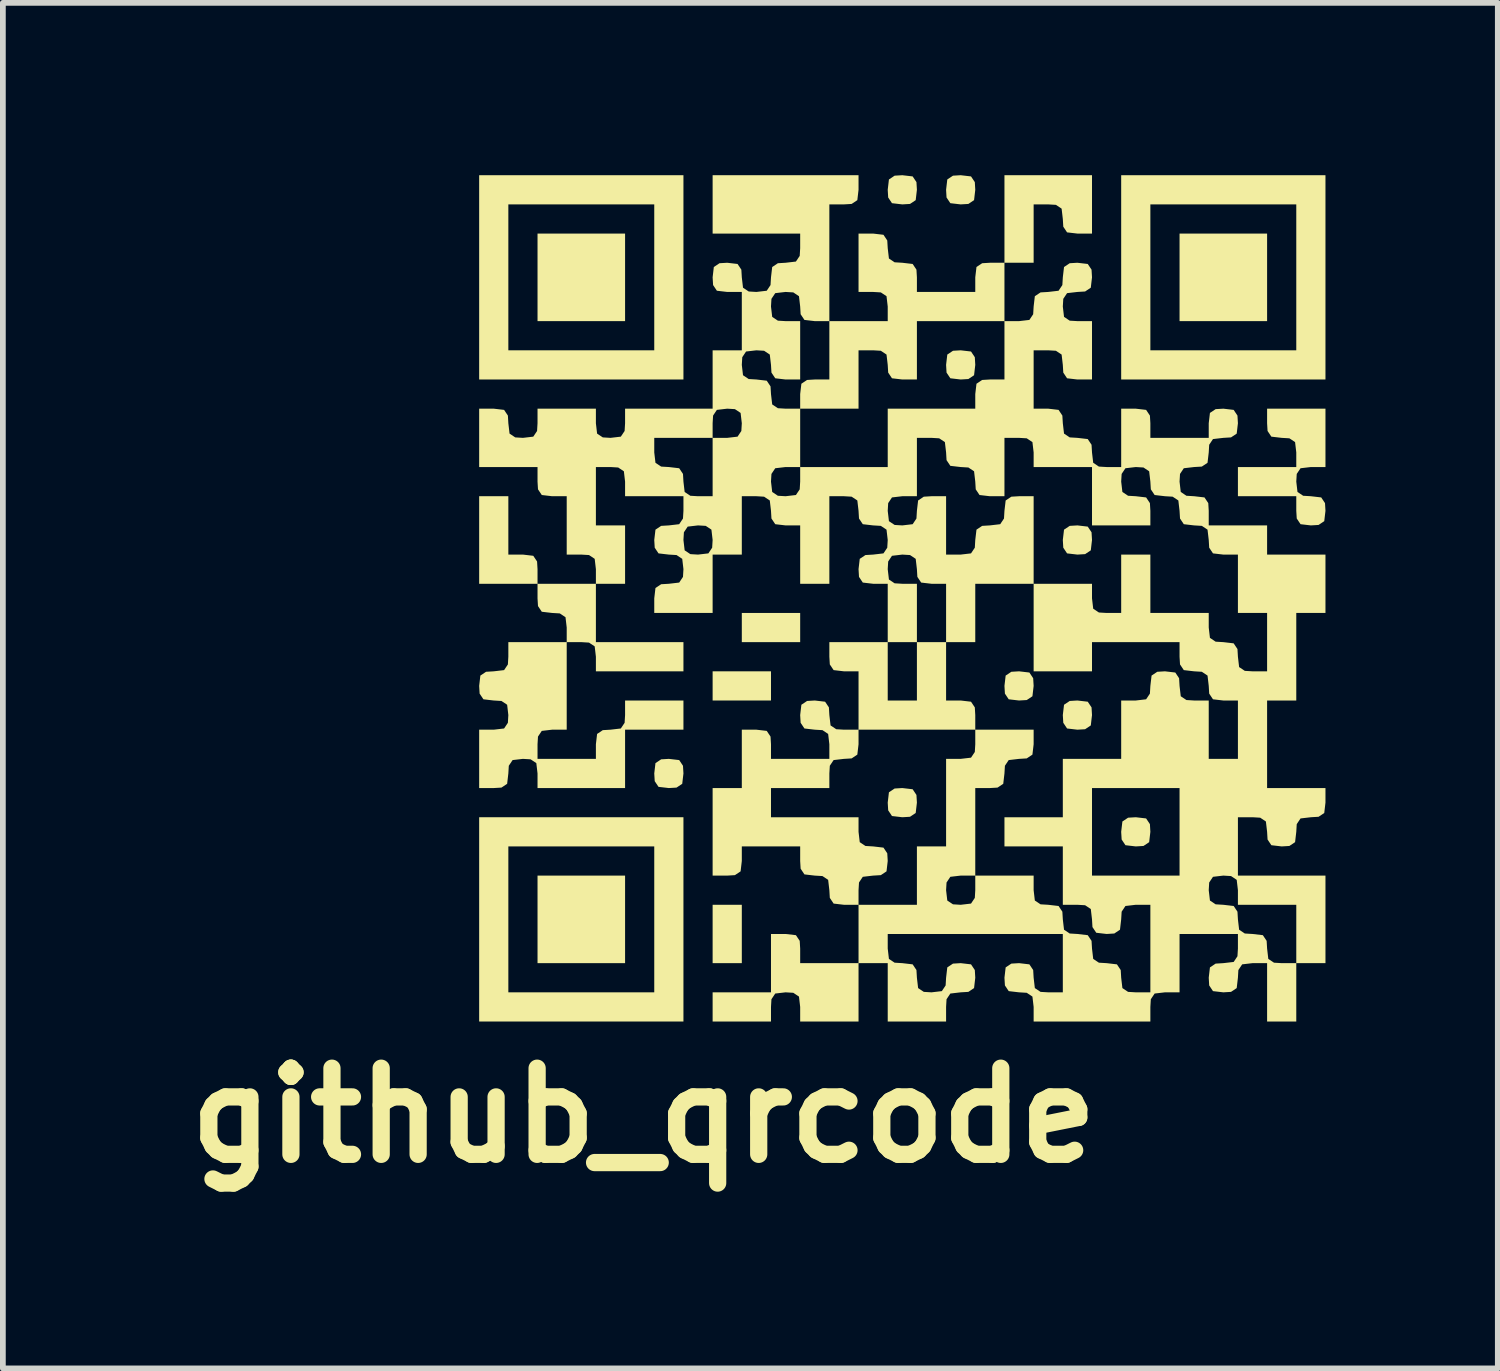
<source format=kicad_pcb>
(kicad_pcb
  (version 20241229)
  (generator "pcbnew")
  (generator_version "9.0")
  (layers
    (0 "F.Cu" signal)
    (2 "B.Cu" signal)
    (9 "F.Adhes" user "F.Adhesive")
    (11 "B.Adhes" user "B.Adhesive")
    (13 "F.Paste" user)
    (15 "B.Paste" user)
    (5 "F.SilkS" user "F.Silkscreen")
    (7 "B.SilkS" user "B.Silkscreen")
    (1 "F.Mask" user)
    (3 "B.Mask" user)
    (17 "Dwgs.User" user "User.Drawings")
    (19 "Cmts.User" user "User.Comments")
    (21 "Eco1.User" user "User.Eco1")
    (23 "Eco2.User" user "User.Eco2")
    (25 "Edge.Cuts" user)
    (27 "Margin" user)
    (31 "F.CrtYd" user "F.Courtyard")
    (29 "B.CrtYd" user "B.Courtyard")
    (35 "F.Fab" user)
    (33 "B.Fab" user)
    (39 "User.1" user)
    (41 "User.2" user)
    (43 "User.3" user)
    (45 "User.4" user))
  (footprint "github_qrcode"
    (layer "F.Cu")
    (at 12.657 7.366)
    (property "Reference" "github_qrcode" (at -4.5 9 0) (layer "F.SilkS") (effects (font (size 1.5 1.5) (thickness 0.3))))
    (attr board_only exclude_from_pos_files exclude_from_bom)
    (fp_poly (pts (xy -4.826 -5.588) (xy -4.826 -4.826) (xy -5.588 -4.826) (xy -6.35 -4.826) (xy -6.35 -5.588) (xy -6.35 -6.35) (xy -5.588 -6.35) (xy -4.826 -6.35)) (stroke (width 0) (type solid)) (fill yes) (layer "F.SilkS"))
    (fp_poly (pts (xy -4.826 5.588) (xy -4.826 6.35) (xy -5.588 6.35) (xy -6.35 6.35) (xy -6.35 5.588) (xy -6.35 4.826) (xy -5.588 4.826) (xy -4.826 4.826)) (stroke (width 0) (type solid)) (fill yes) (layer "F.SilkS"))
    (fp_poly (pts (xy -2.794 5.842) (xy -2.794 6.35) (xy -3.048 6.35) (xy -3.302 6.35) (xy -3.302 5.842) (xy -3.302 5.334) (xy -3.048 5.334) (xy -2.794 5.334)) (stroke (width 0) (type solid)) (fill yes) (layer "F.SilkS"))
    (fp_poly (pts (xy -2.286 1.524) (xy -2.286 1.778) (xy -2.794 1.778) (xy -3.302 1.778) (xy -3.302 1.524) (xy -3.302 1.27) (xy -2.794 1.27) (xy -2.286 1.27)) (stroke (width 0) (type solid)) (fill yes) (layer "F.SilkS"))
    (fp_poly (pts (xy -1.778 0.508) (xy -1.778 0.762) (xy -2.286 0.762) (xy -2.794 0.762) (xy -2.794 0.508) (xy -2.794 0.254) (xy -2.286 0.254) (xy -1.778 0.254)) (stroke (width 0) (type solid)) (fill yes) (layer "F.SilkS"))
    (fp_poly (pts (xy 6.35 -5.588) (xy 6.35 -4.826) (xy 5.588 -4.826) (xy 4.826 -4.826) (xy 4.826 -5.588) (xy 4.826 -6.35) (xy 5.588 -6.35) (xy 6.35 -6.35)) (stroke (width 0) (type solid)) (fill yes) (layer "F.SilkS"))
    (fp_poly (pts (xy -3.884 2.815) (xy -3.818 2.914) (xy -3.81 3.048) (xy -3.831 3.228) (xy -3.93 3.294) (xy -4.064 3.302) (xy -4.244 3.281) (xy -4.31 3.182) (xy -4.318 3.048) (xy -4.297 2.868) (xy -4.198 2.802) (xy -4.064 2.794)) (stroke (width 0) (type solid)) (fill yes) (layer "F.SilkS"))
    (fp_poly (pts (xy 0.18 -7.345) (xy 0.246 -7.246) (xy 0.254 -7.112) (xy 0.233 -6.932) (xy 0.134 -6.866) (xy 0 -6.858) (xy -0.18 -6.879) (xy -0.246 -6.978) (xy -0.254 -7.112) (xy -0.233 -7.292) (xy -0.134 -7.358) (xy 0 -7.366)) (stroke (width 0) (type solid)) (fill yes) (layer "F.SilkS"))
    (fp_poly (pts (xy 0.18 3.323) (xy 0.246 3.422) (xy 0.254 3.556) (xy 0.233 3.736) (xy 0.134 3.802) (xy 0 3.81) (xy -0.18 3.789) (xy -0.246 3.69) (xy -0.254 3.556) (xy -0.233 3.376) (xy -0.134 3.31) (xy 0 3.302)) (stroke (width 0) (type solid)) (fill yes) (layer "F.SilkS"))
    (fp_poly (pts (xy 1.196 -7.345) (xy 1.262 -7.246) (xy 1.27 -7.112) (xy 1.249 -6.932) (xy 1.15 -6.866) (xy 1.016 -6.858) (xy 0.836 -6.879) (xy 0.77 -6.978) (xy 0.762 -7.112) (xy 0.783 -7.292) (xy 0.882 -7.358) (xy 1.016 -7.366)) (stroke (width 0) (type solid)) (fill yes) (layer "F.SilkS"))
    (fp_poly (pts (xy 1.196 -4.297) (xy 1.262 -4.198) (xy 1.27 -4.064) (xy 1.249 -3.884) (xy 1.15 -3.818) (xy 1.016 -3.81) (xy 0.836 -3.831) (xy 0.77 -3.93) (xy 0.762 -4.064) (xy 0.783 -4.244) (xy 0.882 -4.31) (xy 1.016 -4.318)) (stroke (width 0) (type solid)) (fill yes) (layer "F.SilkS"))
    (fp_poly (pts (xy 2.212 1.291) (xy 2.278 1.39) (xy 2.286 1.524) (xy 2.265 1.704) (xy 2.166 1.77) (xy 2.032 1.778) (xy 1.852 1.757) (xy 1.786 1.658) (xy 1.778 1.524) (xy 1.799 1.344) (xy 1.898 1.278) (xy 2.032 1.27)) (stroke (width 0) (type solid)) (fill yes) (layer "F.SilkS"))
    (fp_poly (pts (xy 3.228 -1.249) (xy 3.294 -1.15) (xy 3.302 -1.016) (xy 3.281 -0.836) (xy 3.182 -0.77) (xy 3.048 -0.762) (xy 2.868 -0.783) (xy 2.802 -0.882) (xy 2.794 -1.016) (xy 2.815 -1.196) (xy 2.914 -1.262) (xy 3.048 -1.27)) (stroke (width 0) (type solid)) (fill yes) (layer "F.SilkS"))
    (fp_poly (pts (xy 3.228 1.799) (xy 3.294 1.898) (xy 3.302 2.032) (xy 3.281 2.212) (xy 3.182 2.278) (xy 3.048 2.286) (xy 2.868 2.265) (xy 2.802 2.166) (xy 2.794 2.032) (xy 2.815 1.852) (xy 2.914 1.786) (xy 3.048 1.778)) (stroke (width 0) (type solid)) (fill yes) (layer "F.SilkS"))
    (fp_poly (pts (xy 4.244 3.831) (xy 4.31 3.93) (xy 4.318 4.064) (xy 4.297 4.244) (xy 4.198 4.31) (xy 4.064 4.318) (xy 3.884 4.297) (xy 3.818 4.198) (xy 3.81 4.064) (xy 3.831 3.884) (xy 3.93 3.818) (xy 4.064 3.81)) (stroke (width 0) (type solid)) (fill yes) (layer "F.SilkS"))
    (fp_poly (pts (xy -3.81 -5.588) (xy -3.81 -3.81) (xy -5.588 -3.81) (xy -7.366 -3.81) (xy -7.366 -5.588) (xy -6.858 -5.588) (xy -6.858 -4.318) (xy -5.588 -4.318) (xy -4.318 -4.318) (xy -4.318 -5.588) (xy -4.318 -6.858) (xy -5.588 -6.858) (xy -6.858 -6.858) (xy -6.858 -5.588) (xy -7.366 -5.588) (xy -7.366 -7.366) (xy -5.588 -7.366) (xy -3.81 -7.366)) (stroke (width 0) (type solid)) (fill yes) (layer "F.SilkS"))
    (fp_poly (pts (xy -3.81 5.588) (xy -3.81 7.366) (xy -5.588 7.366) (xy -7.366 7.366) (xy -7.366 5.588) (xy -6.858 5.588) (xy -6.858 6.858) (xy -5.588 6.858) (xy -4.318 6.858) (xy -4.318 5.588) (xy -4.318 4.318) (xy -5.588 4.318) (xy -6.858 4.318) (xy -6.858 5.588) (xy -7.366 5.588) (xy -7.366 3.81) (xy -5.588 3.81) (xy -3.81 3.81)) (stroke (width 0) (type solid)) (fill yes) (layer "F.SilkS"))
    (fp_poly (pts (xy 7.366 -5.588) (xy 7.366 -3.81) (xy 5.588 -3.81) (xy 3.81 -3.81) (xy 3.81 -5.588) (xy 4.318 -5.588) (xy 4.318 -4.318) (xy 5.588 -4.318) (xy 6.858 -4.318) (xy 6.858 -5.588) (xy 6.858 -6.858) (xy 5.588 -6.858) (xy 4.318 -6.858) (xy 4.318 -5.588) (xy 3.81 -5.588) (xy 3.81 -7.366) (xy 5.588 -7.366) (xy 7.366 -7.366)) (stroke (width 0) (type solid)) (fill yes) (layer "F.SilkS"))
    (fp_poly (pts (xy 7.366 -2.794) (xy 7.366 -2.286) (xy 7.112 -2.286) (xy 6.932 -2.265) (xy 6.866 -2.166) (xy 6.858 -2.032) (xy 6.879 -1.852) (xy 6.978 -1.786) (xy 7.112 -1.778) (xy 7.292 -1.757) (xy 7.358 -1.658) (xy 7.366 -1.524) (xy 7.345 -1.344) (xy 7.246 -1.278) (xy 7.112 -1.27) (xy 6.932 -1.291) (xy 6.866 -1.39) (xy 6.858 -1.524) (xy 6.858 -1.778) (xy 6.35 -1.778) (xy 5.842 -1.778) (xy 5.842 -2.032) (xy 5.842 -2.286) (xy 6.35 -2.286) (xy 6.858 -2.286) (xy 6.858 -2.54) (xy 6.837 -2.72) (xy 6.738 -2.786) (xy 6.604 -2.794) (xy 6.424 -2.815) (xy 6.358 -2.914) (xy 6.35 -3.048) (xy 6.35 -3.302) (xy 6.858 -3.302) (xy 7.366 -3.302)) (stroke (width 0) (type solid)) (fill yes) (layer "F.SilkS"))
    (fp_poly (pts (xy -0.762 -7.112) (xy -0.783 -6.932) (xy -0.882 -6.866) (xy -1.016 -6.858) (xy -1.27 -6.858) (xy -1.27 -5.842) (xy -1.27 -4.826) (xy -0.762 -4.826) (xy -0.254 -4.826) (xy -0.254 -5.08) (xy -0.275 -5.26) (xy -0.374 -5.326) (xy -0.508 -5.334) (xy -0.762 -5.334) (xy -0.762 -5.842) (xy -0.762 -6.35) (xy -0.508 -6.35) (xy -0.328 -6.329) (xy -0.262 -6.23) (xy -0.254 -6.096) (xy -0.233 -5.916) (xy -0.134 -5.85) (xy 0 -5.842) (xy 0.18 -5.821) (xy 0.246 -5.722) (xy 0.254 -5.588) (xy 0.254 -5.334) (xy 0.762 -5.334) (xy 1.27 -5.334) (xy 1.27 -5.588) (xy 1.291 -5.768) (xy 1.39 -5.834) (xy 1.524 -5.842) (xy 1.778 -5.842) (xy 1.778 -6.604) (xy 1.778 -7.366) (xy 2.54 -7.366) (xy 3.302 -7.366) (xy 3.302 -6.858) (xy 3.302 -6.35) (xy 3.048 -6.35) (xy 2.868 -6.371) (xy 2.802 -6.47) (xy 2.794 -6.604) (xy 2.773 -6.784) (xy 2.674 -6.85) (xy 2.54 -6.858) (xy 2.286 -6.858) (xy 2.286 -6.35) (xy 2.286 -5.842) (xy 2.032 -5.842) (xy 1.778 -5.842) (xy 1.778 -5.334) (xy 1.778 -4.826) (xy 2.032 -4.826) (xy 2.212 -4.847) (xy 2.278 -4.946) (xy 2.286 -5.08) (xy 2.307 -5.26) (xy 2.406 -5.326) (xy 2.54 -5.334) (xy 2.72 -5.355) (xy 2.786 -5.454) (xy 2.794 -5.588) (xy 2.815 -5.768) (xy 2.914 -5.834) (xy 3.048 -5.842) (xy 3.228 -5.821) (xy 3.294 -5.722) (xy 3.302 -5.588) (xy 3.281 -5.408) (xy 3.182 -5.342) (xy 3.048 -5.334) (xy 2.868 -5.313) (xy 2.802 -5.214) (xy 2.794 -5.08) (xy 2.815 -4.9) (xy 2.914 -4.834) (xy 3.048 -4.826) (xy 3.302 -4.826) (xy 3.302 -4.318) (xy 3.302 -3.81) (xy 3.048 -3.81) (xy 2.868 -3.831) (xy 2.802 -3.93) (xy 2.794 -4.064) (xy 2.773 -4.244) (xy 2.674 -4.31) (xy 2.54 -4.318) (xy 2.286 -4.318) (xy 2.286 -3.81) (xy 2.286 -3.302) (xy 2.54 -3.302) (xy 2.72 -3.281) (xy 2.786 -3.182) (xy 2.794 -3.048) (xy 2.815 -2.868) (xy 2.914 -2.802) (xy 3.048 -2.794) (xy 3.228 -2.773) (xy 3.294 -2.674) (xy 3.302 -2.54) (xy 3.323 -2.36) (xy 3.422 -2.294) (xy 3.556 -2.286) (xy 3.81 -2.286) (xy 3.81 -2.794) (xy 3.81 -3.302) (xy 4.064 -3.302) (xy 4.244 -3.281) (xy 4.31 -3.182) (xy 4.318 -3.048) (xy 4.318 -2.794) (xy 4.826 -2.794) (xy 5.334 -2.794) (xy 5.334 -3.048) (xy 5.355 -3.228) (xy 5.454 -3.294) (xy 5.588 -3.302) (xy 5.768 -3.281) (xy 5.834 -3.182) (xy 5.842 -3.048) (xy 5.821 -2.868) (xy 5.722 -2.802) (xy 5.588 -2.794) (xy 5.408 -2.773) (xy 5.342 -2.674) (xy 5.334 -2.54) (xy 5.313 -2.36) (xy 5.214 -2.294) (xy 5.08 -2.286) (xy 4.9 -2.265) (xy 4.834 -2.166) (xy 4.826 -2.032) (xy 4.847 -1.852) (xy 4.946 -1.786) (xy 5.08 -1.778) (xy 5.26 -1.757) (xy 5.326 -1.658) (xy 5.334 -1.524) (xy 5.334 -1.27) (xy 5.842 -1.27) (xy 6.35 -1.27) (xy 6.35 -1.016) (xy 6.35 -0.762) (xy 6.858 -0.762) (xy 7.366 -0.762) (xy 7.366 -0.254) (xy 7.366 0.254) (xy 7.112 0.254) (xy 6.858 0.254) (xy 6.858 1.016) (xy 6.858 1.778) (xy 6.604 1.778) (xy 6.35 1.778) (xy 6.35 2.54) (xy 6.35 3.302) (xy 6.858 3.302) (xy 7.366 3.302) (xy 7.366 3.556) (xy 7.345 3.736) (xy 7.246 3.802) (xy 7.112 3.81) (xy 6.932 3.831) (xy 6.866 3.93) (xy 6.858 4.064) (xy 6.837 4.244) (xy 6.738 4.31) (xy 6.604 4.318) (xy 6.424 4.297) (xy 6.358 4.198) (xy 6.35 4.064) (xy 6.329 3.884) (xy 6.23 3.818) (xy 6.096 3.81) (xy 5.842 3.81) (xy 5.842 4.318) (xy 5.842 4.826) (xy 6.604 4.826) (xy 7.366 4.826) (xy 7.366 5.588) (xy 7.366 6.35) (xy 7.112 6.35) (xy 6.858 6.35) (xy 6.858 6.858) (xy 6.858 7.366) (xy 6.604 7.366) (xy 6.35 7.366) (xy 6.35 6.858) (xy 6.35 6.35) (xy 6.096 6.35) (xy 5.916 6.371) (xy 5.85 6.47) (xy 5.842 6.604) (xy 5.821 6.784) (xy 5.722 6.85) (xy 5.588 6.858) (xy 5.408 6.837) (xy 5.342 6.738) (xy 5.334 6.604) (xy 5.355 6.424) (xy 5.454 6.358) (xy 5.588 6.35) (xy 5.768 6.329) (xy 5.834 6.23) (xy 5.842 6.096) (xy 5.842 5.842) (xy 5.334 5.842) (xy 4.826 5.842) (xy 4.826 6.35) (xy 4.826 6.858) (xy 4.572 6.858) (xy 4.392 6.879) (xy 4.326 6.978) (xy 4.318 7.112) (xy 4.318 7.366) (xy 3.302 7.366) (xy 2.286 7.366) (xy 2.286 7.112) (xy 2.265 6.932) (xy 2.166 6.866) (xy 2.032 6.858) (xy 1.852 6.837) (xy 1.786 6.738) (xy 1.778 6.604) (xy 1.799 6.424) (xy 1.898 6.358) (xy 2.032 6.35) (xy 2.212 6.371) (xy 2.278 6.47) (xy 2.286 6.604) (xy 2.307 6.784) (xy 2.406 6.85) (xy 2.54 6.858) (xy 2.794 6.858) (xy 2.794 6.35) (xy 2.794 5.842) (xy 1.27 5.842) (xy -0.254 5.842) (xy -0.254 6.096) (xy -0.233 6.276) (xy -0.134 6.342) (xy 0 6.35) (xy 0.18 6.371) (xy 0.246 6.47) (xy 0.254 6.604) (xy 0.275 6.784) (xy 0.374 6.85) (xy 0.508 6.858) (xy 0.688 6.837) (xy 0.754 6.738) (xy 0.762 6.604) (xy 0.783 6.424) (xy 0.882 6.358) (xy 1.016 6.35) (xy 1.196 6.371) (xy 1.262 6.47) (xy 1.27 6.604) (xy 1.249 6.784) (xy 1.15 6.85) (xy 1.016 6.858) (xy 0.836 6.879) (xy 0.77 6.978) (xy 0.762 7.112) (xy 0.762 7.366) (xy 0.254 7.366) (xy -0.254 7.366) (xy -0.254 6.858) (xy -0.254 6.35) (xy -0.508 6.35) (xy -0.762 6.35) (xy -0.762 6.858) (xy -0.762 7.366) (xy -1.27 7.366) (xy -1.778 7.366) (xy -1.778 7.112) (xy -1.799 6.932) (xy -1.898 6.866) (xy -2.032 6.858) (xy -2.212 6.879) (xy -2.278 6.978) (xy -2.286 7.112) (xy -2.286 7.366) (xy -2.794 7.366) (xy -3.302 7.366) (xy -3.302 7.112) (xy -3.302 6.858) (xy -2.794 6.858) (xy -2.286 6.858) (xy -2.286 6.35) (xy -2.286 5.842) (xy -2.032 5.842) (xy -1.852 5.863) (xy -1.786 5.962) (xy -1.778 6.096) (xy -1.778 6.35) (xy -1.27 6.35) (xy -0.762 6.35) (xy -0.762 5.842) (xy -0.762 5.334) (xy -1.016 5.334) (xy -1.196 5.313) (xy -1.262 5.214) (xy -1.27 5.08) (xy -1.291 4.9) (xy -1.39 4.834) (xy -1.524 4.826) (xy -1.704 4.805) (xy -1.77 4.706) (xy -1.778 4.572) (xy -1.778 4.318) (xy -2.286 4.318) (xy -2.794 4.318) (xy -2.794 4.572) (xy -2.815 4.752) (xy -2.914 4.818) (xy -3.048 4.826) (xy -3.302 4.826) (xy -3.302 4.064) (xy -3.302 3.302) (xy -3.048 3.302) (xy -2.794 3.302) (xy -2.286 3.302) (xy -2.286 3.556) (xy -2.286 3.81) (xy -1.524 3.81) (xy -0.762 3.81) (xy -0.762 4.064) (xy -0.741 4.244) (xy -0.642 4.31) (xy -0.508 4.318) (xy -0.328 4.339) (xy -0.262 4.438) (xy -0.254 4.572) (xy -0.275 4.752) (xy -0.374 4.818) (xy -0.508 4.826) (xy -0.688 4.847) (xy -0.754 4.946) (xy -0.762 5.08) (xy -0.762 5.334) (xy -0.254 5.334) (xy 0.254 5.334) (xy 0.254 4.826) (xy 0.254 4.318) (xy 0.508 4.318) (xy 0.762 4.318) (xy 0.762 3.556) (xy 0.762 2.794) (xy 1.016 2.794) (xy 1.196 2.773) (xy 1.262 2.674) (xy 1.27 2.54) (xy 1.27 2.286) (xy 1.778 2.286) (xy 2.286 2.286) (xy 2.286 2.54) (xy 2.265 2.72) (xy 2.166 2.786) (xy 2.032 2.794) (xy 1.852 2.815) (xy 1.786 2.914) (xy 1.778 3.048) (xy 1.757 3.228) (xy 1.658 3.294) (xy 1.524 3.302) (xy 1.27 3.302) (xy 1.27 4.064) (xy 1.27 4.826) (xy 1.016 4.826) (xy 0.836 4.847) (xy 0.77 4.946) (xy 0.762 5.08) (xy 0.783 5.26) (xy 0.882 5.326) (xy 1.016 5.334) (xy 1.196 5.313) (xy 1.262 5.214) (xy 1.27 5.08) (xy 1.27 4.826) (xy 1.778 4.826) (xy 2.286 4.826) (xy 2.286 5.08) (xy 2.307 5.26) (xy 2.406 5.326) (xy 2.54 5.334) (xy 2.72 5.355) (xy 2.786 5.454) (xy 2.794 5.588) (xy 2.815 5.768) (xy 2.914 5.834) (xy 3.048 5.842) (xy 3.228 5.863) (xy 3.294 5.962) (xy 3.302 6.096) (xy 3.323 6.276) (xy 3.422 6.342) (xy 3.556 6.35) (xy 3.736 6.371) (xy 3.802 6.47) (xy 3.81 6.604) (xy 3.831 6.784) (xy 3.93 6.85) (xy 4.064 6.858) (xy 4.318 6.858) (xy 4.318 6.096) (xy 4.318 5.334) (xy 4.064 5.334) (xy 3.884 5.355) (xy 3.818 5.454) (xy 3.81 5.588) (xy 3.789 5.768) (xy 3.69 5.834) (xy 3.556 5.842) (xy 3.376 5.821) (xy 3.31 5.722) (xy 3.302 5.588) (xy 3.281 5.408) (xy 3.182 5.342) (xy 3.048 5.334) (xy 2.794 5.334) (xy 2.794 5.08) (xy 5.334 5.08) (xy 5.355 5.26) (xy 5.454 5.326) (xy 5.588 5.334) (xy 5.768 5.355) (xy 5.834 5.454) (xy 5.842 5.588) (xy 5.863 5.768) (xy 5.962 5.834) (xy 6.096 5.842) (xy 6.276 5.863) (xy 6.342 5.962) (xy 6.35 6.096) (xy 6.371 6.276) (xy 6.47 6.342) (xy 6.604 6.35) (xy 6.858 6.35) (xy 6.858 5.842) (xy 6.858 5.334) (xy 6.35 5.334) (xy 5.842 5.334) (xy 5.842 5.08) (xy 5.821 4.9) (xy 5.722 4.834) (xy 5.588 4.826) (xy 5.408 4.847) (xy 5.342 4.946) (xy 5.334 5.08) (xy 2.794 5.08) (xy 2.794 4.826) (xy 2.794 4.318) (xy 2.286 4.318) (xy 1.778 4.318) (xy 1.778 4.064) (xy 3.302 4.064) (xy 3.302 4.826) (xy 4.064 4.826) (xy 4.826 4.826) (xy 4.826 4.064) (xy 4.826 3.302) (xy 4.064 3.302) (xy 3.302 3.302) (xy 3.302 4.064) (xy 1.778 4.064) (xy 1.778 3.81) (xy 2.286 3.81) (xy 2.794 3.81) (xy 2.794 3.302) (xy 2.794 2.794) (xy 3.302 2.794) (xy 3.81 2.794) (xy 3.81 2.286) (xy 3.81 1.778) (xy 4.064 1.778) (xy 4.244 1.757) (xy 4.31 1.658) (xy 4.318 1.524) (xy 4.339 1.344) (xy 4.438 1.278) (xy 4.572 1.27) (xy 4.752 1.291) (xy 4.818 1.39) (xy 4.826 1.524) (xy 4.847 1.704) (xy 4.946 1.77) (xy 5.08 1.778) (xy 5.334 1.778) (xy 5.334 2.286) (xy 5.334 2.794) (xy 5.588 2.794) (xy 5.842 2.794) (xy 5.842 2.286) (xy 5.842 1.778) (xy 5.588 1.778) (xy 5.408 1.757) (xy 5.342 1.658) (xy 5.334 1.524) (xy 5.313 1.344) (xy 5.214 1.278) (xy 5.08 1.27) (xy 4.9 1.249) (xy 4.834 1.15) (xy 4.826 1.016) (xy 4.826 0.762) (xy 4.064 0.762) (xy 3.302 0.762) (xy 3.302 1.016) (xy 3.302 1.27) (xy 2.794 1.27) (xy 2.286 1.27) (xy 2.286 0.508) (xy 2.286 -0.254) (xy 2.794 -0.254) (xy 3.302 -0.254) (xy 3.302 0) (xy 3.323 0.18) (xy 3.422 0.246) (xy 3.556 0.254) (xy 3.81 0.254) (xy 3.81 -0.254) (xy 3.81 -0.762) (xy 4.064 -0.762) (xy 4.318 -0.762) (xy 4.318 -0.254) (xy 4.318 0.254) (xy 4.826 0.254) (xy 5.334 0.254) (xy 5.334 0.508) (xy 5.355 0.688) (xy 5.454 0.754) (xy 5.588 0.762) (xy 5.768 0.783) (xy 5.834 0.882) (xy 5.842 1.016) (xy 5.863 1.196) (xy 5.962 1.262) (xy 6.096 1.27) (xy 6.35 1.27) (xy 6.35 0.762) (xy 6.35 0.254) (xy 6.096 0.254) (xy 5.842 0.254) (xy 5.842 -0.254) (xy 5.842 -0.762) (xy 5.588 -0.762) (xy 5.408 -0.783) (xy 5.342 -0.882) (xy 5.334 -1.016) (xy 5.313 -1.196) (xy 5.214 -1.262) (xy 5.08 -1.27) (xy 4.9 -1.291) (xy 4.834 -1.39) (xy 4.826 -1.524) (xy 4.805 -1.704) (xy 4.706 -1.77) (xy 4.572 -1.778) (xy 4.392 -1.799) (xy 4.326 -1.898) (xy 4.318 -2.032) (xy 4.297 -2.212) (xy 4.198 -2.278) (xy 4.064 -2.286) (xy 3.884 -2.265) (xy 3.818 -2.166) (xy 3.81 -2.032) (xy 3.831 -1.852) (xy 3.93 -1.786) (xy 4.064 -1.778) (xy 4.244 -1.757) (xy 4.31 -1.658) (xy 4.318 -1.524) (xy 4.318 -1.27) (xy 3.81 -1.27) (xy 3.302 -1.27) (xy 3.302 -1.778) (xy 3.302 -2.286) (xy 2.794 -2.286) (xy 2.286 -2.286) (xy 2.286 -2.54) (xy 2.265 -2.72) (xy 2.166 -2.786) (xy 2.032 -2.794) (xy 1.778 -2.794) (xy 1.778 -2.286) (xy 1.778 -1.778) (xy 1.524 -1.778) (xy 1.344 -1.799) (xy 1.278 -1.898) (xy 1.27 -2.032) (xy 1.249 -2.212) (xy 1.15 -2.278) (xy 1.016 -2.286) (xy 0.836 -2.307) (xy 0.77 -2.406) (xy 0.762 -2.54) (xy 0.741 -2.72) (xy 0.642 -2.786) (xy 0.508 -2.794) (xy 0.254 -2.794) (xy 0.254 -2.286) (xy 0.254 -1.778) (xy 0 -1.778) (xy -0.18 -1.757) (xy -0.246 -1.658) (xy -0.254 -1.524) (xy -0.233 -1.344) (xy -0.134 -1.278) (xy 0 -1.27) (xy 0.18 -1.291) (xy 0.246 -1.39) (xy 0.254 -1.524) (xy 0.275 -1.704) (xy 0.374 -1.77) (xy 0.508 -1.778) (xy 0.762 -1.778) (xy 0.762 -1.27) (xy 0.762 -0.762) (xy 1.016 -0.762) (xy 1.196 -0.783) (xy 1.262 -0.882) (xy 1.27 -1.016) (xy 1.291 -1.196) (xy 1.39 -1.262) (xy 1.524 -1.27) (xy 1.704 -1.291) (xy 1.77 -1.39) (xy 1.778 -1.524) (xy 1.799 -1.704) (xy 1.898 -1.77) (xy 2.032 -1.778) (xy 2.286 -1.778) (xy 2.286 -1.016) (xy 2.286 -0.254) (xy 1.778 -0.254) (xy 1.27 -0.254) (xy 1.27 0.254) (xy 1.27 0.762) (xy 1.016 0.762) (xy 0.762 0.762) (xy 0.762 0.254) (xy 0.762 -0.254) (xy 0.508 -0.254) (xy 0.328 -0.275) (xy 0.262 -0.374) (xy 0.254 -0.508) (xy 0.233 -0.688) (xy 0.134 -0.754) (xy 0 -0.762) (xy -0.18 -0.741) (xy -0.246 -0.642) (xy -0.254 -0.508) (xy -0.233 -0.328) (xy -0.134 -0.262) (xy 0 -0.254) (xy 0.254 -0.254) (xy 0.254 0.254) (xy 0.254 0.762) (xy 0 0.762) (xy -0.254 0.762) (xy -0.254 1.27) (xy -0.254 1.778) (xy 0 1.778) (xy 0.254 1.778) (xy 0.254 1.27) (xy 0.254 0.762) (xy 0.508 0.762) (xy 0.762 0.762) (xy 0.762 1.27) (xy 0.762 1.778) (xy 1.016 1.778) (xy 1.196 1.799) (xy 1.262 1.898) (xy 1.27 2.032) (xy 1.27 2.286) (xy 0.254 2.286) (xy -0.762 2.286) (xy -0.762 2.54) (xy -0.783 2.72) (xy -0.882 2.786) (xy -1.016 2.794) (xy -1.196 2.815) (xy -1.262 2.914) (xy -1.27 3.048) (xy -1.27 3.302) (xy -1.778 3.302) (xy -2.286 3.302) (xy -2.794 3.302) (xy -2.794 2.794) (xy -2.794 2.286) (xy -2.54 2.286) (xy -2.36 2.307) (xy -2.294 2.406) (xy -2.286 2.54) (xy -2.286 2.794) (xy -1.778 2.794) (xy -1.27 2.794) (xy -1.27 2.54) (xy -1.291 2.36) (xy -1.39 2.294) (xy -1.524 2.286) (xy -1.704 2.265) (xy -1.77 2.166) (xy -1.778 2.032) (xy -1.757 1.852) (xy -1.658 1.786) (xy -1.524 1.778) (xy -1.344 1.799) (xy -1.278 1.898) (xy -1.27 2.032) (xy -1.249 2.212) (xy -1.15 2.278) (xy -1.016 2.286) (xy -0.762 2.286) (xy -0.762 1.778) (xy -0.762 1.27) (xy -1.016 1.27) (xy -1.196 1.249) (xy -1.262 1.15) (xy -1.27 1.016) (xy -1.27 0.762) (xy -0.762 0.762) (xy -0.254 0.762) (xy -0.254 0.254) (xy -0.254 -0.254) (xy -0.508 -0.254) (xy -0.688 -0.275) (xy -0.754 -0.374) (xy -0.762 -0.508) (xy -0.741 -0.688) (xy -0.642 -0.754) (xy -0.508 -0.762) (xy -0.328 -0.783) (xy -0.262 -0.882) (xy -0.254 -1.016) (xy -0.275 -1.196) (xy -0.374 -1.262) (xy -0.508 -1.27) (xy -0.688 -1.291) (xy -0.754 -1.39) (xy -0.762 -1.524) (xy -0.783 -1.704) (xy -0.882 -1.77) (xy -1.016 -1.778) (xy -1.27 -1.778) (xy -1.27 -1.016) (xy -1.27 -0.254) (xy -1.524 -0.254) (xy -1.778 -0.254) (xy -1.778 -0.762) (xy -1.778 -1.27) (xy -2.032 -1.27) (xy -2.212 -1.291) (xy -2.278 -1.39) (xy -2.286 -1.524) (xy -2.307 -1.704) (xy -2.406 -1.77) (xy -2.54 -1.778) (xy -2.794 -1.778) (xy -2.794 -1.27) (xy -2.794 -0.762) (xy -3.048 -0.762) (xy -3.302 -0.762) (xy -3.302 -0.254) (xy -3.302 0.254) (xy -3.81 0.254) (xy -4.318 0.254) (xy -4.318 0) (xy -4.297 -0.18) (xy -4.198 -0.246) (xy -4.064 -0.254) (xy -3.884 -0.275) (xy -3.818 -0.374) (xy -3.81 -0.508) (xy -3.831 -0.688) (xy -3.93 -0.754) (xy -4.064 -0.762) (xy -4.244 -0.783) (xy -4.31 -0.882) (xy -4.318 -1.016) (xy -3.81 -1.016) (xy -3.789 -0.836) (xy -3.69 -0.77) (xy -3.556 -0.762) (xy -3.376 -0.783) (xy -3.31 -0.882) (xy -3.302 -1.016) (xy -3.323 -1.196) (xy -3.422 -1.262) (xy -3.556 -1.27) (xy -3.736 -1.249) (xy -3.802 -1.15) (xy -3.81 -1.016) (xy -4.318 -1.016) (xy -4.297 -1.196) (xy -4.198 -1.262) (xy -4.064 -1.27) (xy -3.884 -1.291) (xy -3.818 -1.39) (xy -3.81 -1.524) (xy -3.81 -1.778) (xy -4.318 -1.778) (xy -4.826 -1.778) (xy -4.826 -2.032) (xy -4.847 -2.212) (xy -4.946 -2.278) (xy -5.08 -2.286) (xy -5.334 -2.286) (xy -5.334 -1.778) (xy -5.334 -1.27) (xy -5.08 -1.27) (xy -4.826 -1.27) (xy -4.826 -0.762) (xy -4.826 -0.254) (xy -5.08 -0.254) (xy -5.334 -0.254) (xy -5.334 0.254) (xy -5.334 0.762) (xy -4.572 0.762) (xy -3.81 0.762) (xy -3.81 1.016) (xy -3.81 1.27) (xy -4.572 1.27) (xy -5.334 1.27) (xy -5.334 1.016) (xy -5.355 0.836) (xy -5.454 0.77) (xy -5.588 0.762) (xy -5.842 0.762) (xy -5.842 1.524) (xy -5.842 2.286) (xy -6.096 2.286) (xy -6.276 2.307) (xy -6.342 2.406) (xy -6.35 2.54) (xy -6.35 2.794) (xy -5.842 2.794) (xy -5.334 2.794) (xy -5.334 2.54) (xy -5.313 2.36) (xy -5.214 2.294) (xy -5.08 2.286) (xy -4.9 2.265) (xy -4.834 2.166) (xy -4.826 2.032) (xy -4.826 1.778) (xy -4.318 1.778) (xy -3.81 1.778) (xy -3.81 2.032) (xy -3.81 2.286) (xy -4.318 2.286) (xy -4.826 2.286) (xy -4.826 2.794) (xy -4.826 3.302) (xy -5.588 3.302) (xy -6.35 3.302) (xy -6.35 3.048) (xy -6.371 2.868) (xy -6.47 2.802) (xy -6.604 2.794) (xy -6.784 2.815) (xy -6.85 2.914) (xy -6.858 3.048) (xy -6.879 3.228) (xy -6.978 3.294) (xy -7.112 3.302) (xy -7.366 3.302) (xy -7.366 2.794) (xy -7.366 2.286) (xy -7.112 2.286) (xy -6.932 2.265) (xy -6.866 2.166) (xy -6.858 2.032) (xy -6.879 1.852) (xy -6.978 1.786) (xy -7.112 1.778) (xy -7.292 1.757) (xy -7.358 1.658) (xy -7.366 1.524) (xy -7.345 1.344) (xy -7.246 1.278) (xy -7.112 1.27) (xy -6.932 1.249) (xy -6.866 1.15) (xy -6.858 1.016) (xy -6.858 0.762) (xy -6.35 0.762) (xy -5.842 0.762) (xy -5.842 0.508) (xy -5.863 0.328) (xy -5.962 0.262) (xy -6.096 0.254) (xy -6.276 0.233) (xy -6.342 0.134) (xy -6.35 0) (xy -6.35 -0.254) (xy -6.858 -0.254) (xy -7.366 -0.254) (xy -7.366 -1.016) (xy -7.366 -1.778) (xy -7.112 -1.778) (xy -6.858 -1.778) (xy -6.858 -1.27) (xy -6.858 -0.762) (xy -6.604 -0.762) (xy -6.424 -0.741) (xy -6.358 -0.642) (xy -6.35 -0.508) (xy -6.35 -0.254) (xy -5.842 -0.254) (xy -5.334 -0.254) (xy -5.334 -0.508) (xy -5.355 -0.688) (xy -5.454 -0.754) (xy -5.588 -0.762) (xy -5.842 -0.762) (xy -5.842 -1.27) (xy -5.842 -1.778) (xy -6.096 -1.778) (xy -6.276 -1.799) (xy -6.342 -1.898) (xy -6.35 -2.032) (xy -6.35 -2.286) (xy -6.858 -2.286) (xy -7.366 -2.286) (xy -7.366 -2.794) (xy -7.366 -3.302) (xy -7.112 -3.302) (xy -6.932 -3.281) (xy -6.866 -3.182) (xy -6.858 -3.048) (xy -6.837 -2.868) (xy -6.738 -2.802) (xy -6.604 -2.794) (xy -6.424 -2.815) (xy -6.358 -2.914) (xy -6.35 -3.048) (xy -6.35 -3.302) (xy -5.842 -3.302) (xy -5.334 -3.302) (xy -5.334 -3.048) (xy -5.313 -2.868) (xy -5.214 -2.802) (xy -5.08 -2.794) (xy -4.318 -2.794) (xy -4.318 -2.54) (xy -4.297 -2.36) (xy -4.198 -2.294) (xy -4.064 -2.286) (xy -3.884 -2.265) (xy -3.818 -2.166) (xy -3.81 -2.032) (xy -3.789 -1.852) (xy -3.69 -1.786) (xy -3.556 -1.778) (xy -3.302 -1.778) (xy -3.302 -2.286) (xy -3.302 -2.794) (xy -3.048 -2.794) (xy -2.868 -2.815) (xy -2.802 -2.914) (xy -2.794 -3.048) (xy -2.815 -3.228) (xy -2.914 -3.294) (xy -3.048 -3.302) (xy -3.228 -3.281) (xy -3.294 -3.182) (xy -3.302 -3.048) (xy -3.302 -2.794) (xy -3.81 -2.794) (xy -4.318 -2.794) (xy -5.08 -2.794) (xy -4.9 -2.815) (xy -4.834 -2.914) (xy -4.826 -3.048) (xy -4.826 -3.302) (xy -4.064 -3.302) (xy -3.302 -3.302) (xy -3.302 -3.81) (xy -3.302 -4.064) (xy -2.794 -4.064) (xy -2.773 -3.884) (xy -2.674 -3.818) (xy -2.54 -3.81) (xy -2.36 -3.789) (xy -2.294 -3.69) (xy -2.286 -3.556) (xy -2.265 -3.376) (xy -2.166 -3.31) (xy -2.032 -3.302) (xy -1.778 -3.302) (xy -1.778 -2.794) (xy -1.778 -2.286) (xy -2.032 -2.286) (xy -2.212 -2.265) (xy -2.278 -2.166) (xy -2.286 -2.032) (xy -2.265 -1.852) (xy -2.166 -1.786) (xy -2.032 -1.778) (xy -1.852 -1.799) (xy -1.786 -1.898) (xy -1.778 -2.032) (xy -1.778 -2.286) (xy -1.016 -2.286) (xy -0.254 -2.286) (xy -0.254 -2.794) (xy -0.254 -3.302) (xy 0.508 -3.302) (xy 1.27 -3.302) (xy 1.27 -3.556) (xy 1.291 -3.736) (xy 1.39 -3.802) (xy 1.524 -3.81) (xy 1.778 -3.81) (xy 1.778 -4.318) (xy 1.778 -4.826) (xy 1.016 -4.826) (xy 0.254 -4.826) (xy 0.254 -4.318) (xy 0.254 -3.81) (xy 0 -3.81) (xy -0.18 -3.831) (xy -0.246 -3.93) (xy -0.254 -4.064) (xy -0.275 -4.244) (xy -0.374 -4.31) (xy -0.508 -4.318) (xy -0.762 -4.318) (xy -0.762 -3.81) (xy -0.762 -3.302) (xy -1.27 -3.302) (xy -1.778 -3.302) (xy -1.778 -3.556) (xy -1.757 -3.736) (xy -1.658 -3.802) (xy -1.524 -3.81) (xy -1.27 -3.81) (xy -1.27 -4.318) (xy -1.27 -4.826) (xy -1.524 -4.826) (xy -1.704 -4.847) (xy -1.77 -4.946) (xy -1.778 -5.08) (xy -1.799 -5.26) (xy -1.898 -5.326) (xy -2.032 -5.334) (xy -2.212 -5.313) (xy -2.278 -5.214) (xy -2.286 -5.08) (xy -2.265 -4.9) (xy -2.166 -4.834) (xy -2.032 -4.826) (xy -1.778 -4.826) (xy -1.778 -4.318) (xy -1.778 -3.81) (xy -2.032 -3.81) (xy -2.212 -3.831) (xy -2.278 -3.93) (xy -2.286 -4.064) (xy -2.307 -4.244) (xy -2.406 -4.31) (xy -2.54 -4.318) (xy -2.72 -4.297) (xy -2.786 -4.198) (xy -2.794 -4.064) (xy -3.302 -4.064) (xy -3.302 -4.318) (xy -3.048 -4.318) (xy -2.794 -4.318) (xy -2.794 -4.826) (xy -2.794 -5.334) (xy -3.048 -5.334) (xy -3.228 -5.355) (xy -3.294 -5.454) (xy -3.302 -5.588) (xy -3.281 -5.768) (xy -3.182 -5.834) (xy -3.048 -5.842) (xy -2.868 -5.821) (xy -2.802 -5.722) (xy -2.794 -5.588) (xy -2.773 -5.408) (xy -2.674 -5.342) (xy -2.54 -5.334) (xy -2.36 -5.355) (xy -2.294 -5.454) (xy -2.286 -5.588) (xy -2.265 -5.768) (xy -2.166 -5.834) (xy -2.032 -5.842) (xy -1.852 -5.863) (xy -1.786 -5.962) (xy -1.778 -6.096) (xy -1.778 -6.35) (xy -2.54 -6.35) (xy -3.302 -6.35) (xy -3.302 -6.858) (xy -3.302 -7.366) (xy -2.032 -7.366) (xy -0.762 -7.366)) (stroke (width 0) (type solid)) (fill yes) (layer "F.SilkS")))
  (gr_rect
    (start -3 -3)
    (end 23.023 20.77)
    (stroke (width 0.1) (type default))
    (fill no)
    (layer "Edge.Cuts")))
</source>
